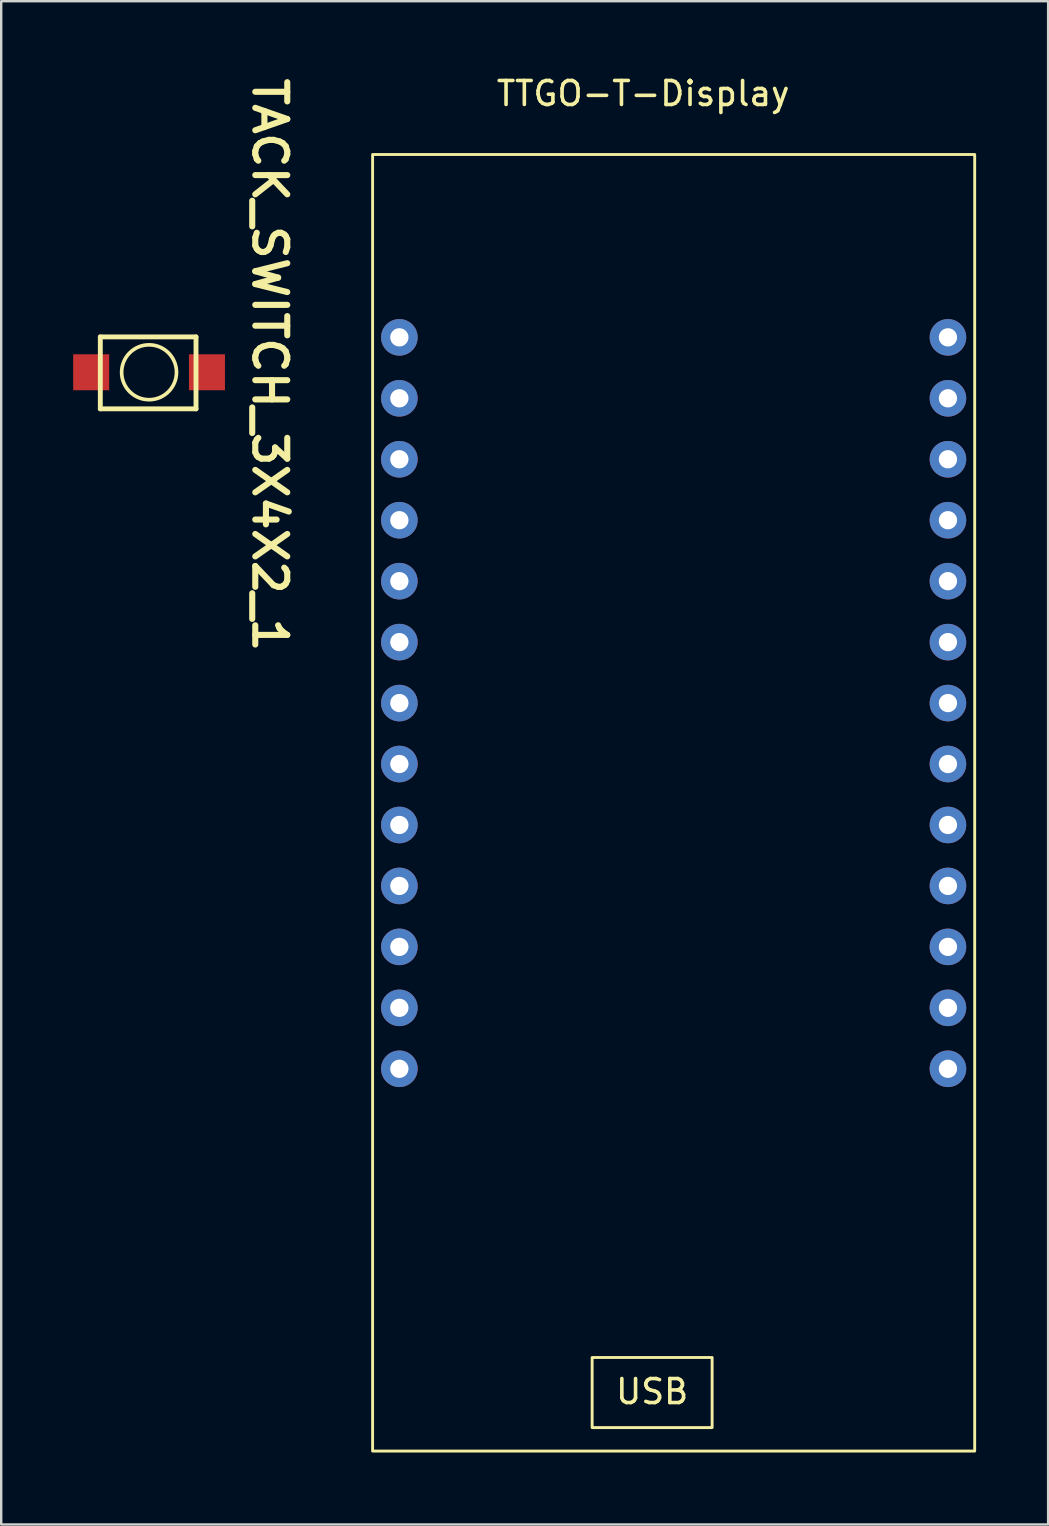
<source format=kicad_pcb>
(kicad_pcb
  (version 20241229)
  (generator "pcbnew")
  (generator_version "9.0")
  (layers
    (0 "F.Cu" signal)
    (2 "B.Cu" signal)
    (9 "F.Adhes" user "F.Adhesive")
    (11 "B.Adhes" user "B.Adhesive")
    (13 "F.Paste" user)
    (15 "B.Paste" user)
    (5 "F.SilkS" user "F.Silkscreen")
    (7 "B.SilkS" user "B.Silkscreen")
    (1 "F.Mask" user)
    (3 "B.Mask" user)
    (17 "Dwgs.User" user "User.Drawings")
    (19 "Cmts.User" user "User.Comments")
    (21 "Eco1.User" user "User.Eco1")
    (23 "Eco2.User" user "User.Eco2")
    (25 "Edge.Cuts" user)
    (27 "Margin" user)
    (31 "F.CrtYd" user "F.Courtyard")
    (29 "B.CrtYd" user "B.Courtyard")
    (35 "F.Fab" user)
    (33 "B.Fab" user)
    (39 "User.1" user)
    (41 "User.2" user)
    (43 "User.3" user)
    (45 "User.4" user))
  (footprint "TTGO-T-Display"
    (layer "F.Cu")
    (at 23.625 6.69)
    (property "Reference" "TTGO-T-Display" (at 0.127 -5.842 0) (unlocked yes) (layer "F.SilkS") (effects (font (size 1 1) (thickness 0.15))))
    (attr through_hole)
    (fp_rect (start -11.148 -3.302) (end 13.942 50.728) (stroke (width 0.12) (type solid)) (fill no) (layer "F.SilkS"))
    (fp_rect (start -2 49.75) (end 3 46.829) (stroke (width 0.12) (type solid)) (fill no) (layer "F.SilkS"))
    (fp_text user "USB" (at 0.5 48.25 0) (unlocked yes) (layer "F.SilkS") (effects (font (size 1 1) (thickness 0.15))))
    (pad "0" thru_hole circle (at 12.827 34.798) (size 1.524 1.524) (drill 0.762) (layers "*.Cu" "*.Mask"))
    (pad "1" thru_hole circle (at 12.827 32.258) (size 1.524 1.524) (drill 0.762) (layers "*.Cu" "*.Mask"))
    (pad "2" thru_hole circle (at 12.827 29.718) (size 1.524 1.524) (drill 0.762) (layers "*.Cu" "*.Mask"))
    (pad "4" thru_hole circle (at 12.827 24.638) (size 1.524 1.524) (drill 0.762) (layers "*.Cu" "*.Mask"))
    (pad "5" thru_hole circle (at 12.827 22.098) (size 1.524 1.524) (drill 0.762) (layers "*.Cu" "*.Mask"))
    (pad "6" thru_hole circle (at 12.827 19.558) (size 1.524 1.524) (drill 0.762) (layers "*.Cu" "*.Mask"))
    (pad "7" thru_hole circle (at 12.827 17.018) (size 1.524 1.524) (drill 0.762) (layers "*.Cu" "*.Mask"))
    (pad "8" thru_hole circle (at 12.827 14.478) (size 1.524 1.524) (drill 0.762) (layers "*.Cu" "*.Mask"))
    (pad "9" thru_hole circle (at 12.827 11.938) (size 1.524 1.524) (drill 0.762) (layers "*.Cu" "*.Mask"))
    (pad "10" thru_hole circle (at 12.827 9.398) (size 1.524 1.524) (drill 0.762) (layers "*.Cu" "*.Mask"))
    (pad "11" thru_hole circle (at 12.827 6.858) (size 1.524 1.524) (drill 0.762) (layers "*.Cu" "*.Mask"))
    (pad "12" thru_hole circle (at 12.827 4.318) (size 1.524 1.524) (drill 0.762) (layers "*.Cu" "*.Mask"))
    (pad "13" thru_hole circle (at -10.033 32.258) (size 1.524 1.524) (drill 0.762) (layers "*.Cu" "*.Mask"))
    (pad "13" thru_hole circle (at -10.033 34.798) (size 1.524 1.524) (drill 0.762) (layers "*.Cu" "*.Mask"))
    (pad "14" thru_hole circle (at -10.033 29.718) (size 1.524 1.524) (drill 0.762) (layers "*.Cu" "*.Mask"))
    (pad "15" thru_hole circle (at -10.033 27.178) (size 1.524 1.524) (drill 0.762) (layers "*.Cu" "*.Mask"))
    (pad "16" thru_hole circle (at -10.033 24.638) (size 1.524 1.524) (drill 0.762) (layers "*.Cu" "*.Mask"))
    (pad "19" thru_hole circle (at -10.033 17.018) (size 1.524 1.524) (drill 0.762) (layers "*.Cu" "*.Mask"))
    (pad "20" thru_hole circle (at -10.033 14.478) (size 1.524 1.524) (drill 0.762) (layers "*.Cu" "*.Mask"))
    (pad "21" thru_hole circle (at -10.033 11.938) (size 1.524 1.524) (drill 0.762) (layers "*.Cu" "*.Mask"))
    (pad "22" thru_hole circle (at -10.033 9.398) (size 1.524 1.524) (drill 0.762) (layers "*.Cu" "*.Mask"))
    (pad "23" thru_hole circle (at -10.033 6.858) (size 1.524 1.524) (drill 0.762) (layers "*.Cu" "*.Mask"))
    (pad "24" thru_hole circle (at -10.033 4.318) (size 1.524 1.524) (drill 0.762) (layers "*.Cu" "*.Mask"))
    (pad "GND" thru_hole circle (at 12.827 27.178) (size 1.524 1.524) (drill 0.762) (layers "*.Cu" "*.Mask"))
    (pad "RX" thru_hole circle (at -10.033 22.098) (size 1.524 1.524) (drill 0.762) (layers "*.Cu" "*.Mask"))
    (pad "TX" thru_hole circle (at -10.033 19.558) (size 1.524 1.524) (drill 0.762) (layers "*.Cu" "*.Mask")))
  (footprint "TACK_SWITCH_3X4X2_1"
    (layer "F.Cu")
    (at 1.13 13.987)
    (property "Reference" "TACK_SWITCH_3X4X2_1" (at 7.061 -1.829 270) (unlocked yes) (layer "F.SilkS") (effects (font (size 1.333 1.402) (thickness 0.254))))
    (attr smd)
    (fp_line (start 0 -2.997) (end 3.988 -2.997) (stroke (width 0.203) (type solid)) (layer "F.SilkS"))
    (fp_line (start 0 0) (end 0 -2.997) (stroke (width 0.203) (type solid)) (layer "F.SilkS"))
    (fp_line (start 0 0) (end 3.988 0) (stroke (width 0.203) (type solid)) (layer "F.SilkS"))
    (fp_line (start 3.988 0) (end 3.988 -2.997) (stroke (width 0.203) (type solid)) (layer "F.SilkS"))
    (fp_circle (center 2.032 -1.524) (end 3.175 -1.524) (stroke (width 0.152) (type solid)) (fill no) (layer "F.SilkS"))
    (pad "1" smd rect (at -0.381 -1.524) (size 1.499 1.499) (layers "F.Cu" "F.Mask" "F.Paste"))
    (pad "2" smd rect (at 4.445 -1.524) (size 1.499 1.499) (layers "F.Cu" "F.Mask" "F.Paste")))
  (gr_rect
    (start -3 -3)
    (end 40.627 60.478)
    (stroke (width 0.1) (type default))
    (fill no)
    (layer "Edge.Cuts")))
</source>
